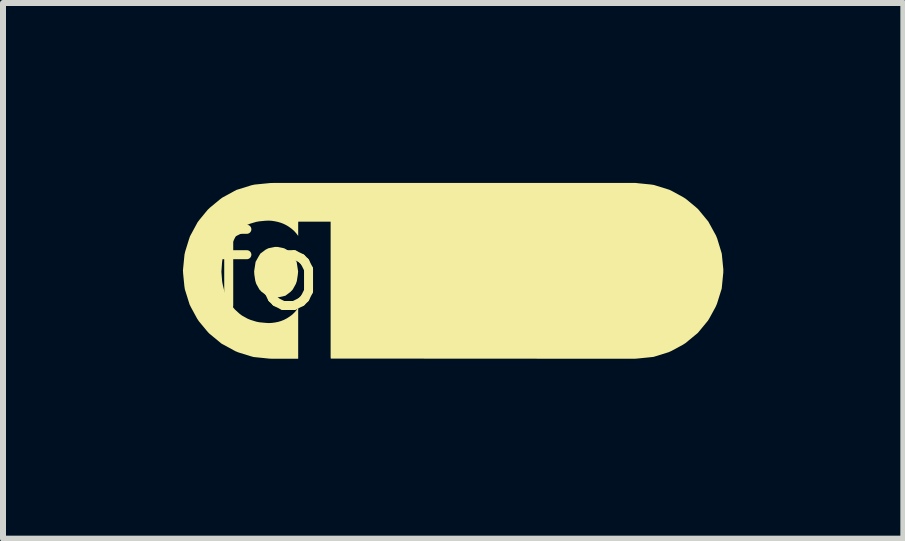
<source format=kicad_pcb>
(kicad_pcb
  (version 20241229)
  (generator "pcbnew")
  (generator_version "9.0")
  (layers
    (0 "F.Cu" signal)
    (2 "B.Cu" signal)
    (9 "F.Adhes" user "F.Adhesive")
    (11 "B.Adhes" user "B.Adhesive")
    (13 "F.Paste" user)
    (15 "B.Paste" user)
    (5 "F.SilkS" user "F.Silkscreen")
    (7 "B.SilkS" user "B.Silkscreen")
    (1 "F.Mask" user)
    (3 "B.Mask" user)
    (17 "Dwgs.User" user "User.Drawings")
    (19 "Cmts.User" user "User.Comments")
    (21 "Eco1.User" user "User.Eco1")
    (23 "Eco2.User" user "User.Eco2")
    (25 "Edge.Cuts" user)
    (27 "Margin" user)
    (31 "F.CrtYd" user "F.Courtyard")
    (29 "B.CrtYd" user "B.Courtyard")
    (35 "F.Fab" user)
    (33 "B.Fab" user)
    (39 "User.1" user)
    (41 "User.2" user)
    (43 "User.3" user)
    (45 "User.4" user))
  (footprint "footprint"
    (layer "F.Cu")
    (at 4.543 1.463)
    (property "Reference" "footprint" (at 0 0 0) (layer "F.SilkS") (effects (font (size 1.27 1.27) (thickness 0.15))))
    (fp_poly (pts (xy -2.962 -0.396) (xy -2.857 -0.374) (xy -2.811 -0.349) (xy -2.725 -0.285) (xy -2.672 -0.192) (xy -2.647 -0.145) (xy -2.623 0.013) (xy -2.628 0.066) (xy -2.644 0.171) (xy -2.661 0.221) (xy -2.713 0.314) (xy -2.749 0.352) (xy -2.835 0.417) (xy -2.887 0.43) (xy -2.991 0.451) (xy -3.096 0.429) (xy -3.147 0.415) (xy -3.233 0.351) (xy -3.269 0.312) (xy -3.321 0.219) (xy -3.337 0.168) (xy -3.353 0.063) (xy -3.356 0.01) (xy -3.332 -0.147) (xy -3.28 -0.24) (xy -3.252 -0.286) (xy -3.166 -0.35) (xy -3.119 -0.374) (xy -3.015 -0.396)) (stroke (width 0) (type solid)) (fill yes) (layer "F.SilkS"))
    (fp_poly (pts (xy 3.047 -1.458) (xy 3.258 -1.437) (xy 3.31 -1.429) (xy 3.564 -1.35) (xy 3.612 -1.327) (xy 3.798 -1.225) (xy 3.843 -1.196) (xy 4.006 -1.061) (xy 4.046 -1.025) (xy 4.215 -0.82) (xy 4.343 -0.587) (xy 4.363 -0.538) (xy 4.425 -0.335) (xy 4.44 -0.284) (xy 4.466 -0.02) (xy 4.465 0.034) (xy 4.439 0.298) (xy 4.36 0.551) (xy 4.339 0.6) (xy 4.237 0.787) (xy 4.21 0.832) (xy 4.041 1.037) (xy 3.836 1.206) (xy 3.791 1.235) (xy 3.604 1.336) (xy 3.556 1.358) (xy 3.302 1.437) (xy 3.038 1.464) (xy 2.985 1.468) (xy -2.079 1.465) (xy -2.081 1.441) (xy -2.081 -0.817) (xy -2.086 -0.817) (xy -2.621 -0.817) (xy -2.622 -0.784) (xy -2.622 -0.58) (xy -2.653 -0.622) (xy -2.688 -0.661) (xy -2.727 -0.696) (xy -2.769 -0.727) (xy -2.813 -0.755) (xy -2.86 -0.779) (xy -2.908 -0.798) (xy -2.959 -0.813) (xy -3.01 -0.824) (xy -3.062 -0.832) (xy -3.114 -0.835) (xy -3.166 -0.833) (xy -3.271 -0.823) (xy -3.322 -0.814) (xy -3.423 -0.784) (xy -3.471 -0.764) (xy -3.563 -0.713) (xy -3.605 -0.682) (xy -3.683 -0.612) (xy -3.716 -0.572) (xy -3.778 -0.487) (xy -3.844 -0.344) (xy -3.884 -0.192) (xy -3.891 -0.14) (xy -3.902 0.018) (xy -3.89 0.175) (xy -3.881 0.226) (xy -3.856 0.329) (xy -3.84 0.379) (xy -3.797 0.475) (xy -3.773 0.521) (xy -3.711 0.606) (xy -3.678 0.646) (xy -3.6 0.717) (xy -3.559 0.748) (xy -3.467 0.799) (xy -3.419 0.819) (xy -3.319 0.85) (xy -3.268 0.86) (xy -3.163 0.87) (xy -3.11 0.873) (xy -3.058 0.87) (xy -3.006 0.863) (xy -2.955 0.853) (xy -2.905 0.838) (xy -2.856 0.818) (xy -2.81 0.794) (xy -2.766 0.766) (xy -2.724 0.735) (xy -2.686 0.699) (xy -2.652 0.66) (xy -2.622 0.616) (xy -2.622 1.467) (xy -2.677 1.468) (xy -3.048 1.468) (xy -3.101 1.466) (xy -3.365 1.439) (xy -3.416 1.425) (xy -3.619 1.362) (xy -3.668 1.342) (xy -3.901 1.215) (xy -4.106 1.046) (xy -4.142 1.006) (xy -4.277 0.843) (xy -4.307 0.798) (xy -4.408 0.612) (xy -4.432 0.564) (xy -4.511 0.311) (xy -4.519 0.258) (xy -4.54 0.047) (xy -4.543 -0.006) (xy -4.517 -0.27) (xy -4.505 -0.322) (xy -4.442 -0.525) (xy -4.425 -0.575) (xy -4.298 -0.809) (xy -4.266 -0.851) (xy -4.131 -1.015) (xy -4.092 -1.052) (xy -3.929 -1.187) (xy -3.886 -1.219) (xy -3.653 -1.346) (xy -3.399 -1.425) (xy -3.347 -1.436) (xy -3.083 -1.462) (xy -3.03 -1.463) (xy 3.004 -1.463)) (stroke (width 0) (type solid)) (fill yes) (layer "F.SilkS")))
  (gr_rect
    (start -3 -3)
    (end 12.01 5.93)
    (stroke (width 0.1) (type default))
    (fill no)
    (layer "Edge.Cuts")))
</source>
